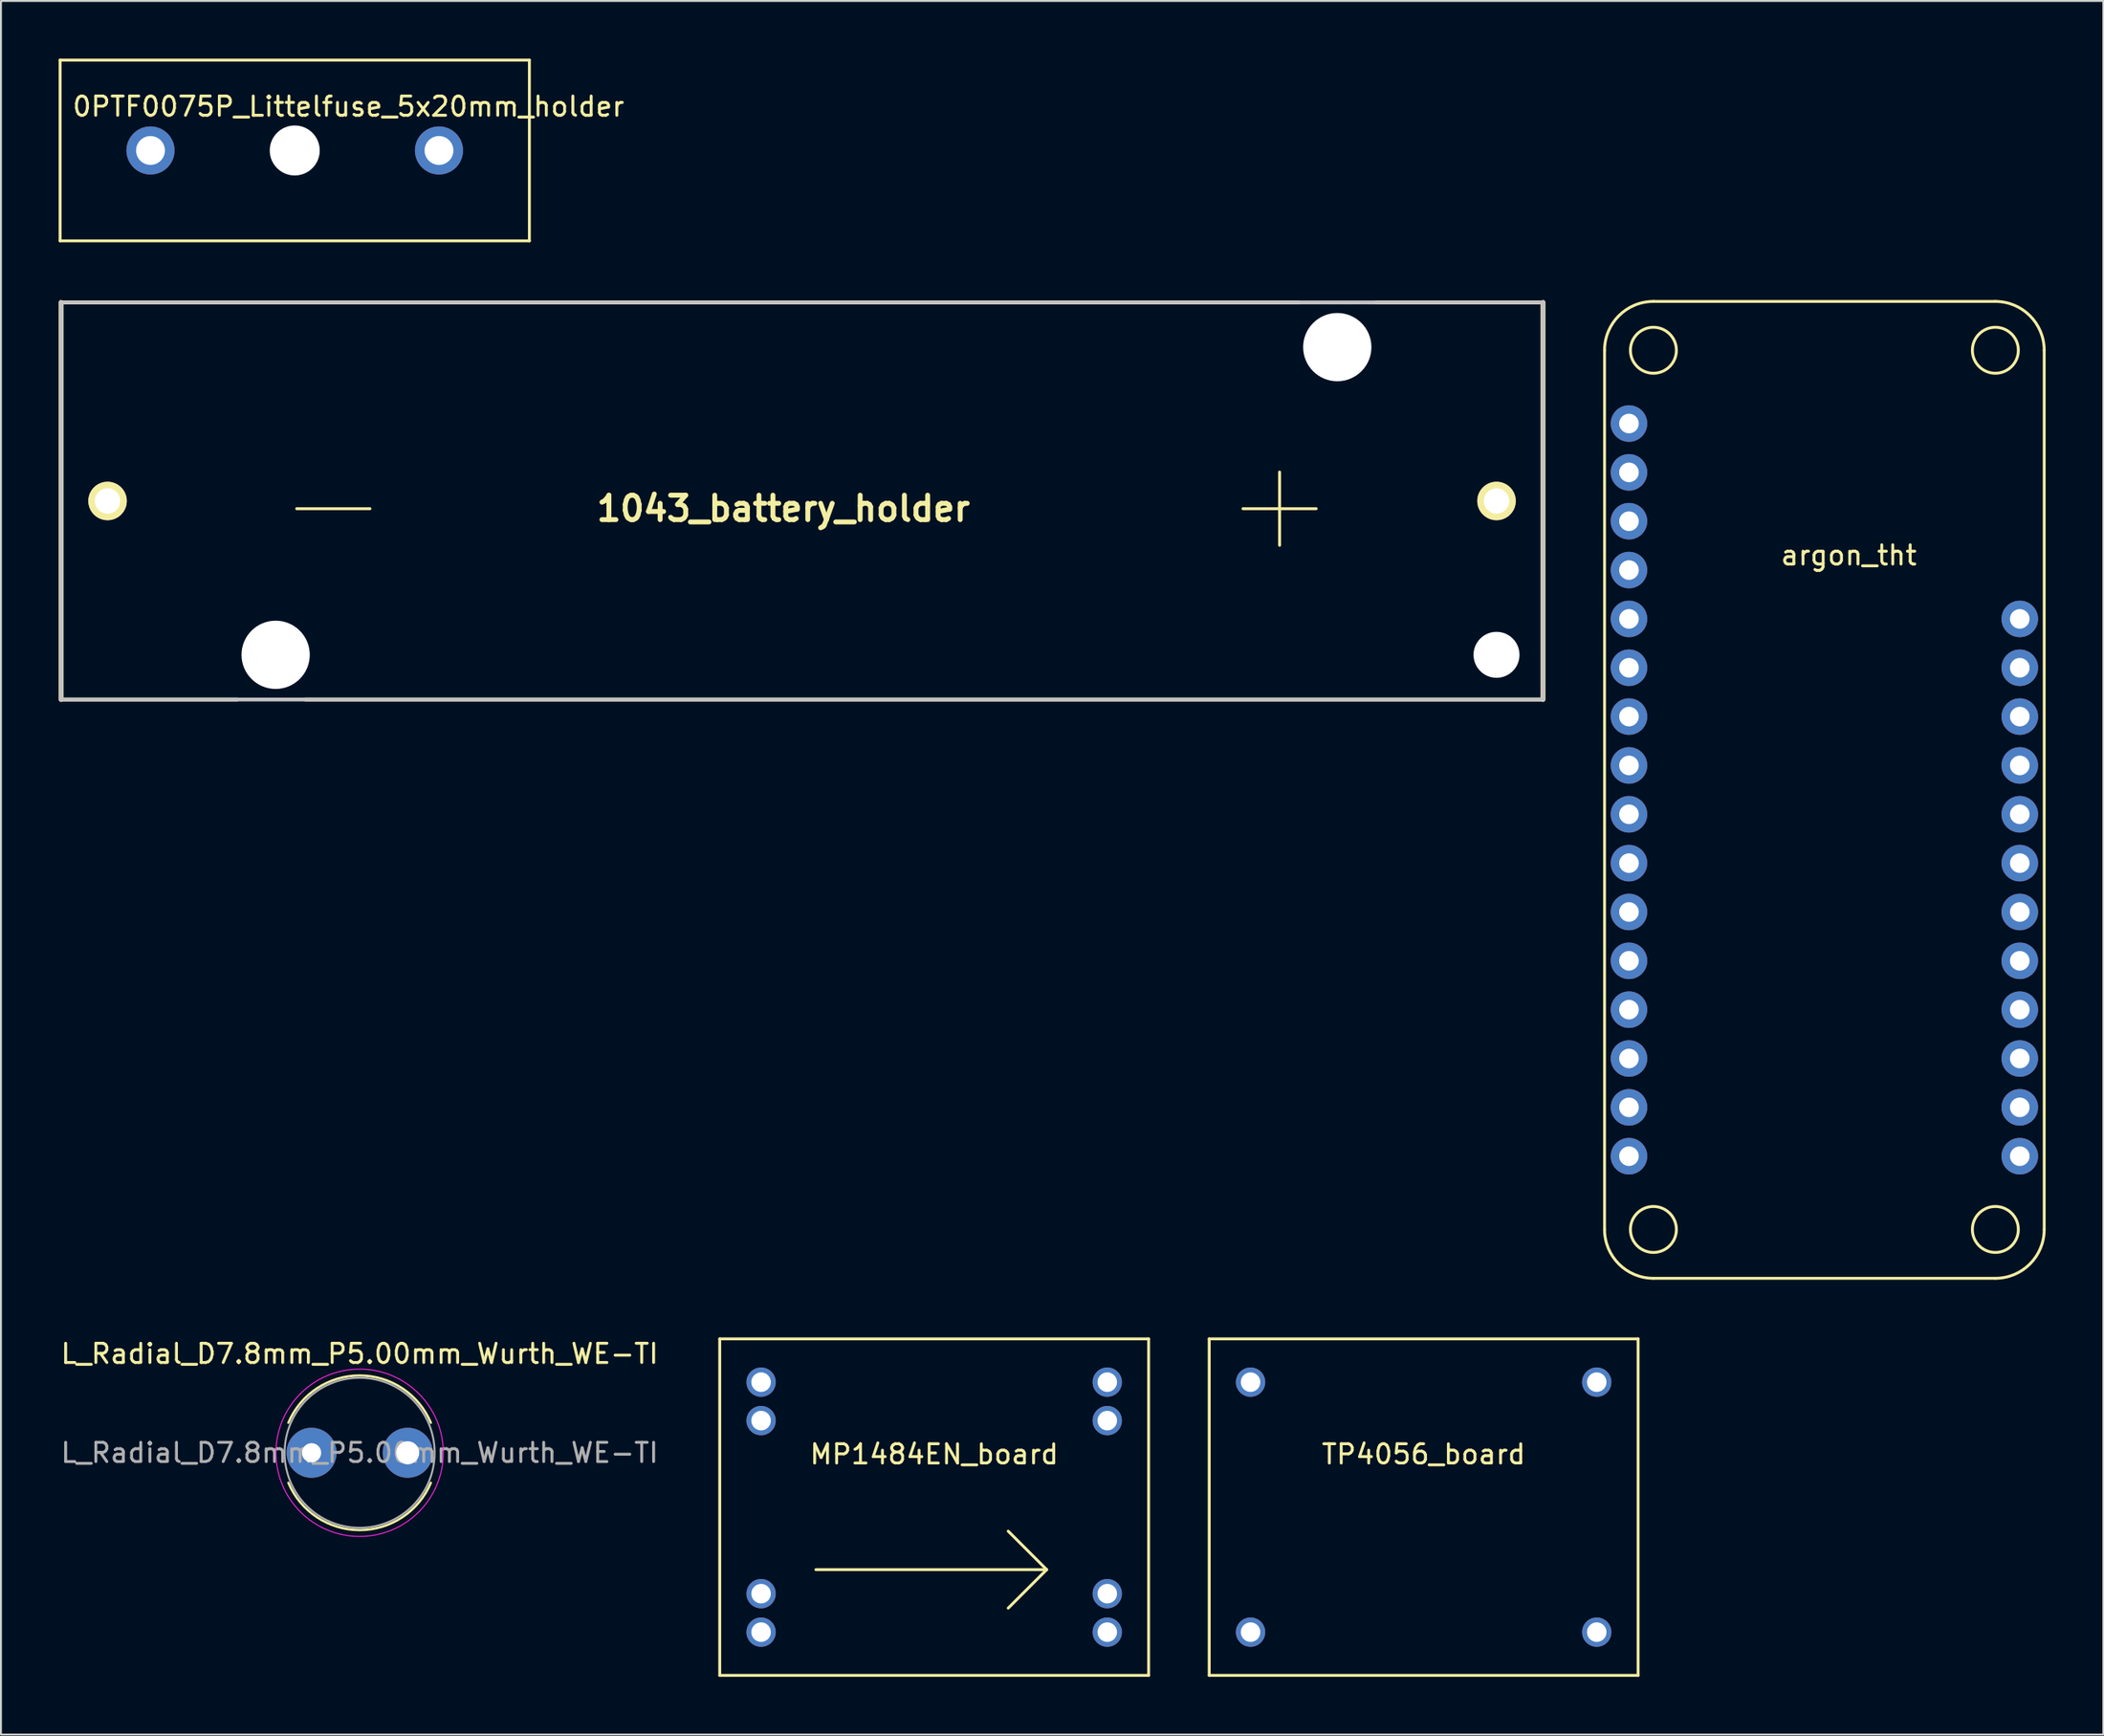
<source format=kicad_pcb>
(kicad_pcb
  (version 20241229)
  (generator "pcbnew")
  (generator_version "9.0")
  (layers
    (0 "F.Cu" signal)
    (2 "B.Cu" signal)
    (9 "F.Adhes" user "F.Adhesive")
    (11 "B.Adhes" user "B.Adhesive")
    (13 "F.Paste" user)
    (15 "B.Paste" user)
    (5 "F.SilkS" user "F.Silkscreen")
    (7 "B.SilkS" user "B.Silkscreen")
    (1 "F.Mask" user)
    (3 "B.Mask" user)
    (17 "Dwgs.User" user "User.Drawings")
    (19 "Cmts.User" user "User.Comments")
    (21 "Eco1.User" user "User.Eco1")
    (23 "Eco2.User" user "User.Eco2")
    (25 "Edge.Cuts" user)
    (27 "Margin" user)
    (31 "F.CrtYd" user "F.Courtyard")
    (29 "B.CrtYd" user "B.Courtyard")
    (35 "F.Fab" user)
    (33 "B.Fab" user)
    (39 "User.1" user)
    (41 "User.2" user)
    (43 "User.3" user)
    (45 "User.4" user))
  (footprint "L_Radial_D7.8mm_P5.00mm_Wurth_WE-TI"
    (layer "F.Cu")
    (at 13.149 72.498)
    (property "Reference" "L_Radial_D7.8mm_P5.00mm_Wurth_WE-TI" (at 2.5 -5.15 0) (layer "F.SilkS") (effects (font (size 1 1) (thickness 0.15))))
    (attr through_hole)
    (fp_arc (start -1.20497 -1.56) (mid 2.5 -4.02) (end 6.20497 -1.56) (stroke (width 0.12) (type solid)) (layer "F.SilkS"))
    (fp_arc (start 6.20497 1.56) (mid 2.5 4.02) (end -1.20497 1.56) (stroke (width 0.12) (type solid)) (layer "F.SilkS"))
    (fp_circle (center 2.5 0) (end 6.85 0) (stroke (width 0.05) (type solid)) (fill no) (layer "F.CrtYd"))
    (fp_circle (center 2.5 0) (end 6.4 0) (stroke (width 0.1) (type solid)) (fill no) (layer "F.Fab"))
    (fp_text user "${REFERENCE}" (at 2.5 0 0) (layer "F.Fab") (effects (font (size 1 1) (thickness 0.15))))
    (pad "1" thru_hole circle (at 0 0) (size 2.6 2.6) (drill 1) (layers "*.Cu" "*.Mask"))
    (pad "2" thru_hole circle (at 5 0) (size 2.6 2.6) (drill 1.2) (layers "*.Cu" "*.Mask")))
  (footprint "MP1484EN_board"
    (layer "F.Cu")
    (at 45.523 75.325)
    (property "Reference" "MP1484EN_board" (at 0 -2.75 0) (layer "F.SilkS") (effects (font (size 1 1) (thickness 0.15))))
    (attr through_hole)
    (fp_line (start -11.15 -8.75) (end 11.15 -8.75) (stroke (width 0.15) (type solid)) (layer "F.SilkS"))
    (fp_line (start -11.15 8.75) (end -11.15 -8.75) (stroke (width 0.15) (type solid)) (layer "F.SilkS"))
    (fp_line (start -6.15 3.25) (end 5.85 3.25) (stroke (width 0.15) (type solid)) (layer "F.SilkS"))
    (fp_line (start 5.85 3.25) (end 3.85 1.25) (stroke (width 0.15) (type solid)) (layer "F.SilkS"))
    (fp_line (start 5.85 3.25) (end 3.85 5.25) (stroke (width 0.15) (type solid)) (layer "F.SilkS"))
    (fp_line (start 11.15 -8.75) (end 11.15 8.75) (stroke (width 0.15) (type solid)) (layer "F.SilkS"))
    (fp_line (start 11.15 8.75) (end -11.15 8.75) (stroke (width 0.15) (type solid)) (layer "F.SilkS"))
    (pad "1" thru_hole circle (at -9 -6.5) (size 1.524 1.524) (drill 1.016) (layers "*.Cu" "*.Mask"))
    (pad "1" thru_hole circle (at -9 -4.5) (size 1.524 1.524) (drill 1.016) (layers "*.Cu" "*.Mask"))
    (pad "2" thru_hole circle (at -9 4.5) (size 1.524 1.524) (drill 1.016) (layers "*.Cu" "*.Mask"))
    (pad "2" thru_hole circle (at -9 6.5) (size 1.524 1.524) (drill 1.016) (layers "*.Cu" "*.Mask"))
    (pad "3" thru_hole circle (at 9 4.5) (size 1.524 1.524) (drill 1.016) (layers "*.Cu" "*.Mask"))
    (pad "3" thru_hole circle (at 9 6.5) (size 1.524 1.524) (drill 1.016) (layers "*.Cu" "*.Mask"))
    (pad "4" thru_hole circle (at 9 -6.5) (size 1.524 1.524) (drill 1.016) (layers "*.Cu" "*.Mask"))
    (pad "4" thru_hole circle (at 9 -4.5) (size 1.524 1.524) (drill 1.016) (layers "*.Cu" "*.Mask")))
  (footprint "0PTF0075P_Littelfuse_5x20mm_holder"
    (layer "F.Cu")
    (at 12.275 4.775)
    (property "Reference" "0PTF0075P_Littelfuse_5x20mm_holder" (at 2.794 -2.286 0) (layer "F.SilkS") (effects (font (size 1 1) (thickness 0.15))))
    (attr through_hole)
    (fp_line (start -12.2 -4.7) (end 12.2 -4.7) (stroke (width 0.15) (type solid)) (layer "F.SilkS"))
    (fp_line (start -12.2 4.7) (end -12.2 -4.7) (stroke (width 0.15) (type solid)) (layer "F.SilkS"))
    (fp_line (start 12.2 -4.7) (end 12.2 4.7) (stroke (width 0.15) (type solid)) (layer "F.SilkS"))
    (fp_line (start 12.2 4.7) (end -12.2 4.7) (stroke (width 0.15) (type solid)) (layer "F.SilkS"))
    (pad "" np_thru_hole circle (at 0 0) (size 2.6 2.6) (drill 2.6) (layers "*.Cu" "*.Mask"))
    (pad "1" thru_hole circle (at -7.5 0) (size 2.5 2.5) (drill 1.5) (layers "*.Cu" "*.Mask"))
    (pad "2" thru_hole circle (at 7.5 0) (size 2.5 2.5) (drill 1.5) (layers "*.Cu" "*.Mask")))
  (footprint "argon_tht"
    (layer "F.Cu")
    (at 93.079 25.325)
    (property "Reference" "argon_tht" (at 0 0.5 0) (layer "F.SilkS") (effects (font (size 1 1) (thickness 0.15))))
    (attr through_hole)
    (fp_line (start -12.7 35.56) (end -12.7 -10.16) (stroke (width 0.15) (type solid)) (layer "F.SilkS"))
    (fp_line (start -10.16 -12.7) (end 7.62 -12.7) (stroke (width 0.15) (type solid)) (layer "F.SilkS"))
    (fp_line (start 7.62 38.1) (end -10.16 38.1) (stroke (width 0.15) (type solid)) (layer "F.SilkS"))
    (fp_line (start 10.16 -10.16) (end 10.16 35.56) (stroke (width 0.15) (type solid)) (layer "F.SilkS"))
    (fp_arc (start -12.7 -10.16) (mid -11.956051 -11.956051) (end -10.16 -12.7) (stroke (width 0.15) (type solid)) (layer "F.SilkS"))
    (fp_arc (start -10.16 38.1) (mid -11.956051 37.356051) (end -12.7 35.56) (stroke (width 0.15) (type solid)) (layer "F.SilkS"))
    (fp_arc (start 7.62 -12.7) (mid 9.416051 -11.956051) (end 10.16 -10.16) (stroke (width 0.15) (type solid)) (layer "F.SilkS"))
    (fp_arc (start 10.16 35.56) (mid 9.416051 37.356051) (end 7.62 38.1) (stroke (width 0.15) (type solid)) (layer "F.SilkS"))
    (fp_circle (center -10.16 -10.16) (end -8.965 -10.16) (stroke (width 0.15) (type solid)) (fill no) (layer "F.SilkS"))
    (fp_circle (center -10.16 35.56) (end -8.965 35.56) (stroke (width 0.15) (type solid)) (fill no) (layer "F.SilkS"))
    (fp_circle (center 7.62 -10.16) (end 8.815 -10.16) (stroke (width 0.15) (type solid)) (fill no) (layer "F.SilkS"))
    (fp_circle (center 7.62 35.56) (end 8.815 35.56) (stroke (width 0.15) (type solid)) (fill no) (layer "F.SilkS"))
    (pad "1" thru_hole circle (at -11.43 -6.35) (size 1.9 1.9) (drill 1.02) (layers "*.Cu" "*.Mask"))
    (pad "2" thru_hole circle (at -11.43 -3.81) (size 1.9 1.9) (drill 1.02) (layers "*.Cu" "*.Mask"))
    (pad "3" thru_hole circle (at -11.43 -1.27) (size 1.9 1.9) (drill 1.02) (layers "*.Cu" "*.Mask"))
    (pad "4" thru_hole circle (at -11.43 1.27) (size 1.9 1.9) (drill 1.02) (layers "*.Cu" "*.Mask"))
    (pad "5" thru_hole circle (at -11.43 3.81) (size 1.9 1.9) (drill 1.02) (layers "*.Cu" "*.Mask"))
    (pad "6" thru_hole circle (at -11.43 6.35) (size 1.9 1.9) (drill 1.02) (layers "*.Cu" "*.Mask"))
    (pad "7" thru_hole circle (at -11.43 8.89) (size 1.9 1.9) (drill 1.02) (layers "*.Cu" "*.Mask"))
    (pad "8" thru_hole circle (at -11.43 11.43) (size 1.9 1.9) (drill 1.02) (layers "*.Cu" "*.Mask"))
    (pad "9" thru_hole circle (at -11.43 13.97) (size 1.9 1.9) (drill 1.02) (layers "*.Cu" "*.Mask"))
    (pad "10" thru_hole circle (at -11.43 16.51) (size 1.9 1.9) (drill 1.02) (layers "*.Cu" "*.Mask"))
    (pad "11" thru_hole circle (at -11.43 19.05) (size 1.9 1.9) (drill 1.02) (layers "*.Cu" "*.Mask"))
    (pad "12" thru_hole circle (at -11.43 21.59) (size 1.9 1.9) (drill 1.02) (layers "*.Cu" "*.Mask"))
    (pad "13" thru_hole circle (at -11.43 24.13) (size 1.9 1.9) (drill 1.02) (layers "*.Cu" "*.Mask"))
    (pad "14" thru_hole circle (at -11.43 26.67) (size 1.9 1.9) (drill 1.02) (layers "*.Cu" "*.Mask"))
    (pad "15" thru_hole circle (at -11.43 31.75) (size 1.9 1.9) (drill 1.02) (layers "*.Cu" "*.Mask"))
    (pad "16" thru_hole circle (at -11.43 29.21) (size 1.9 1.9) (drill 1.02) (layers "*.Cu" "*.Mask"))
    (pad "17" thru_hole circle (at 8.89 31.75) (size 1.9 1.9) (drill 1.02) (layers "*.Cu" "*.Mask"))
    (pad "18" thru_hole circle (at 8.89 29.21) (size 1.9 1.9) (drill 1.02) (layers "*.Cu" "*.Mask"))
    (pad "19" thru_hole circle (at 8.89 26.67) (size 1.9 1.9) (drill 1.02) (layers "*.Cu" "*.Mask"))
    (pad "20" thru_hole circle (at 8.89 24.13) (size 1.9 1.9) (drill 1.02) (layers "*.Cu" "*.Mask"))
    (pad "21" thru_hole circle (at 8.89 21.59) (size 1.9 1.9) (drill 1.02) (layers "*.Cu" "*.Mask"))
    (pad "22" thru_hole circle (at 8.89 19.05) (size 1.9 1.9) (drill 1.02) (layers "*.Cu" "*.Mask"))
    (pad "23" thru_hole circle (at 8.89 16.51) (size 1.9 1.9) (drill 1.02) (layers "*.Cu" "*.Mask"))
    (pad "24" thru_hole circle (at 8.89 13.97) (size 1.9 1.9) (drill 1.02) (layers "*.Cu" "*.Mask"))
    (pad "25" thru_hole circle (at 8.89 11.43) (size 1.9 1.9) (drill 1.02) (layers "*.Cu" "*.Mask"))
    (pad "26" thru_hole circle (at 8.89 8.89) (size 1.9 1.9) (drill 1.02) (layers "*.Cu" "*.Mask"))
    (pad "27" thru_hole circle (at 8.89 6.35) (size 1.9 1.9) (drill 1.02) (layers "*.Cu" "*.Mask"))
    (pad "28" thru_hole circle (at 8.89 3.81) (size 1.9 1.9) (drill 1.02) (layers "*.Cu" "*.Mask")))
  (footprint "1043_battery_holder"
    (layer "F.Cu")
    (at 11.282 31.002)
    (property "Reference" "1043_battery_holder" (at 26.401 -7.605 0) (layer "F.SilkS") (effects (font (size 1.27 1.27) (thickness 0.254))))
    (attr through_hole)
    (fp_line (start -11.155 -18.325) (end -11.155 2.325) (stroke (width 0.254) (type solid)) (layer "F.SilkS"))
    (fp_line (start -11.155 -18.325) (end 53.191 -18.325) (stroke (width 0.2) (type solid)) (layer "F.SilkS"))
    (fp_line (start -11.155 2.325) (end -2.009 2.325) (stroke (width 0.2) (type solid)) (layer "F.SilkS"))
    (fp_line (start 65.895 -18.325) (end 57.209 -18.325) (stroke (width 0.2) (type solid)) (layer "F.SilkS"))
    (fp_line (start 65.895 2.325) (end 1.549 2.325) (stroke (width 0.2) (type solid)) (layer "F.SilkS"))
    (fp_line (start 65.895 2.325) (end 65.895 -18.325) (stroke (width 0.254) (type solid)) (layer "F.SilkS"))
    (fp_line (start -11.155 -18.325) (end 65.895 -18.325) (stroke (width 0.2) (type solid)) (layer "Dwgs.User"))
    (fp_line (start -11.155 2.325) (end -11.155 -18.325) (stroke (width 0.2) (type solid)) (layer "Dwgs.User"))
    (fp_line (start 65.895 -18.325) (end 65.895 2.325) (stroke (width 0.2) (type solid)) (layer "Dwgs.User"))
    (fp_line (start 65.895 2.325) (end -11.155 2.325) (stroke (width 0.2) (type solid)) (layer "Dwgs.User"))
    (fp_text user "+" (at 52.2 -8 0) (layer "F.SilkS") (effects (font (size 5 5) (thickness 0.15))))
    (fp_text user "-" (at 3 -8 0) (layer "F.SilkS") (effects (font (size 5 5) (thickness 0.15))))
    (pad "" np_thru_hole circle (at 0 0 90) (size 3.55 3.55) (drill 3.55) (layers "*.Cu" "*.Mask"))
    (pad "" np_thru_hole circle (at 55.2 -16 90) (size 3.55 3.55) (drill 3.55) (layers "*.Cu" "*.Mask"))
    (pad "" np_thru_hole circle (at 63.48 0 90) (size 2.39 2.39) (drill 2.39) (layers "*.Cu" "*.Mask"))
    (pad "1" thru_hole circle (at 63.48 -8 90) (size 2 2) (drill 1.32) (layers "*.Cu" "*.Mask" "F.SilkS"))
    (pad "2" thru_hole circle (at -8.74 -8 90) (size 2 2) (drill 1.32) (layers "*.Cu" "*.Mask" "F.SilkS")))
  (footprint "TP4056_board"
    (layer "F.Cu")
    (at 70.973 75.325)
    (property "Reference" "TP4056_board" (at 0 -2.75 0) (layer "F.SilkS") (effects (font (size 1 1) (thickness 0.15))))
    (attr through_hole)
    (fp_line (start -11.15 -8.75) (end 11.15 -8.75) (stroke (width 0.15) (type solid)) (layer "F.SilkS"))
    (fp_line (start -11.15 8.75) (end -11.15 -8.75) (stroke (width 0.15) (type solid)) (layer "F.SilkS"))
    (fp_line (start 11.15 -8.75) (end 11.15 8.75) (stroke (width 0.15) (type solid)) (layer "F.SilkS"))
    (fp_line (start 11.15 8.75) (end -11.15 8.75) (stroke (width 0.15) (type solid)) (layer "F.SilkS"))
    (pad "1" thru_hole circle (at -9 -6.5) (size 1.524 1.524) (drill 1.016) (layers "*.Cu" "*.Mask"))
    (pad "2" thru_hole circle (at -9 6.5) (size 1.524 1.524) (drill 1.016) (layers "*.Cu" "*.Mask"))
    (pad "3" thru_hole circle (at 9 6.5) (size 1.524 1.524) (drill 1.016) (layers "*.Cu" "*.Mask"))
    (pad "4" thru_hole circle (at 9 -6.5) (size 1.524 1.524) (drill 1.016) (layers "*.Cu" "*.Mask")))
  (gr_rect
    (start -3 -3)
    (end 106.314 87.15)
    (stroke (width 0.1) (type default))
    (fill no)
    (layer "Edge.Cuts")))
</source>
